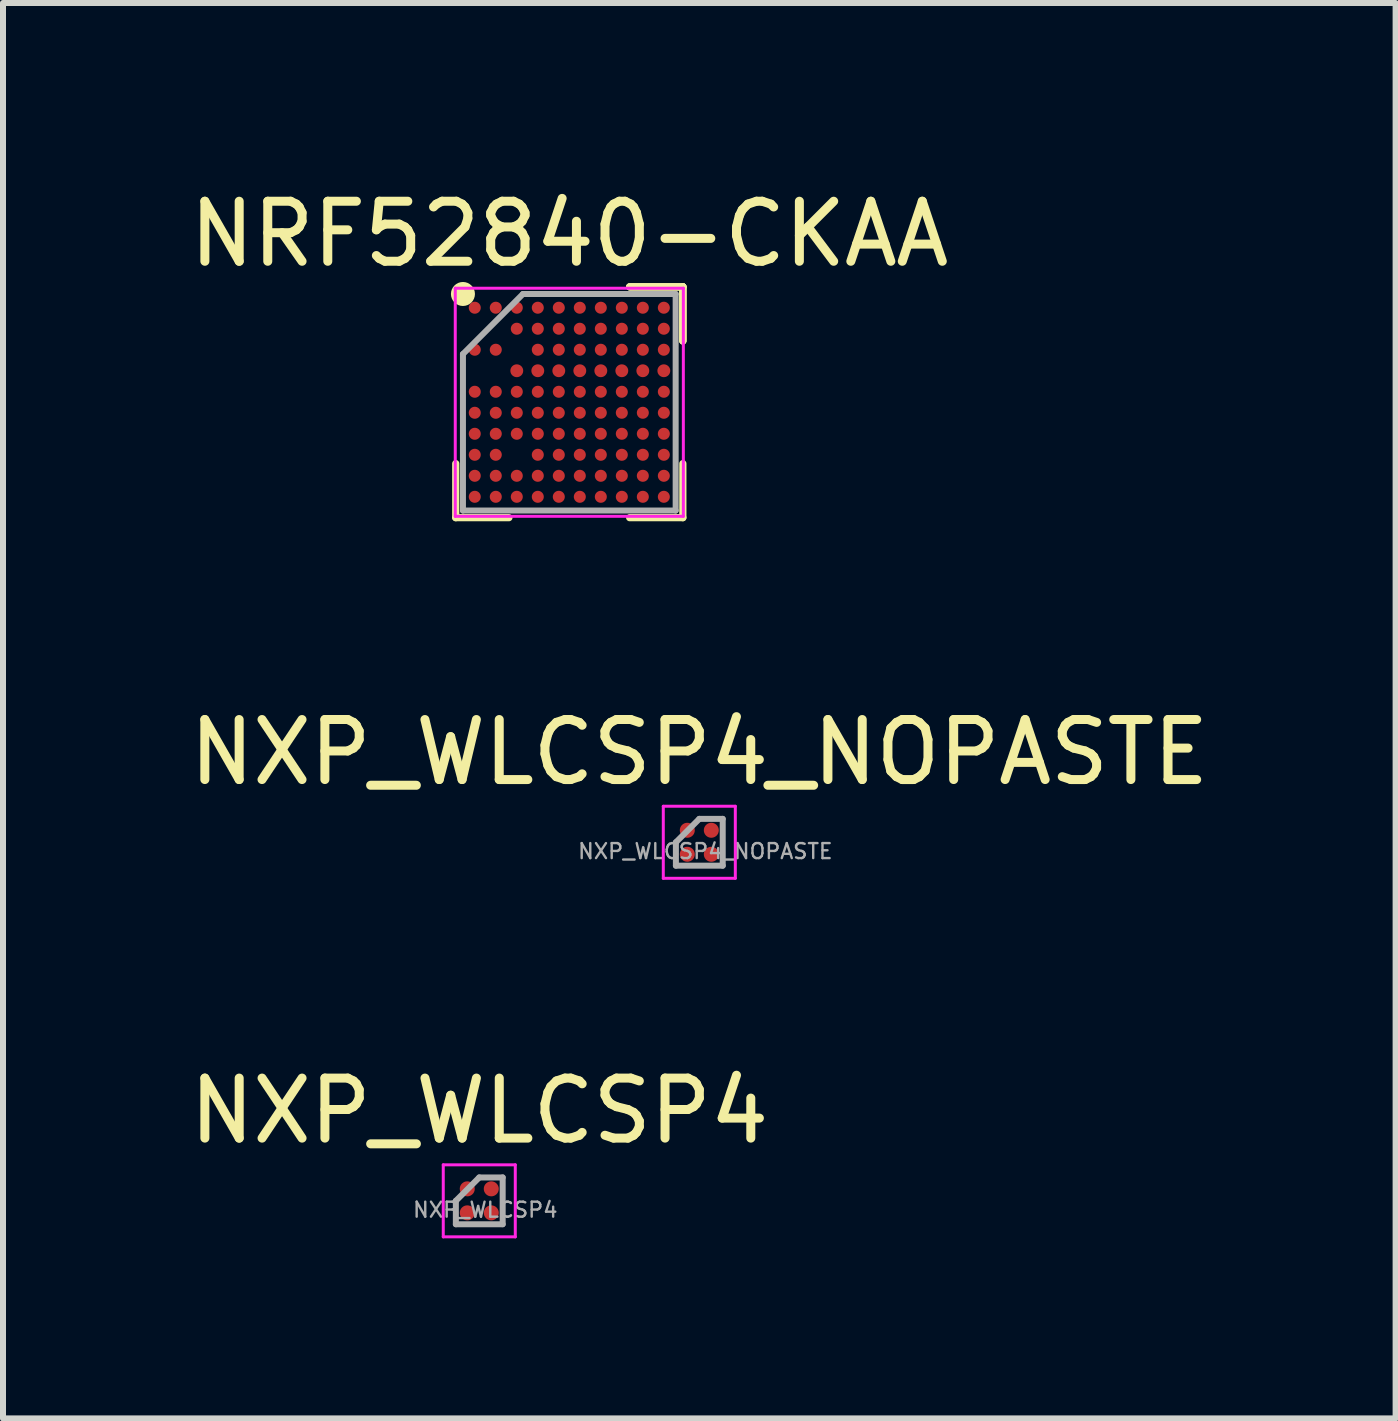
<source format=kicad_pcb>
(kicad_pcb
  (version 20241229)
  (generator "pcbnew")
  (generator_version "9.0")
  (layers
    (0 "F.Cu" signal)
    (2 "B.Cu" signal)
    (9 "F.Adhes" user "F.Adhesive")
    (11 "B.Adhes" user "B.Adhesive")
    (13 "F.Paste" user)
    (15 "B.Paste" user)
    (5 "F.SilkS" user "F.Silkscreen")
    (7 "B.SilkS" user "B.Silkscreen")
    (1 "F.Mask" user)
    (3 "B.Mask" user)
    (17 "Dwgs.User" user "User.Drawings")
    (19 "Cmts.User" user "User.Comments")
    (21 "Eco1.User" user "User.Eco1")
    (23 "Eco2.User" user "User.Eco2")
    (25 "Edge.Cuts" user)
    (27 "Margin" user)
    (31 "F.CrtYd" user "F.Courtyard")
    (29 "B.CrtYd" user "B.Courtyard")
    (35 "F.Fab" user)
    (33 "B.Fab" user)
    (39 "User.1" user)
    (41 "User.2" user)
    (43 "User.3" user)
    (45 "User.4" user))
  (footprint "NRF52840-CKAA"
    (layer "F.Cu")
    (at 6.435 3.652)
    (property "Reference" "NRF52840-CKAA" (at 0 -2.804 0) (layer "F.SilkS") (effects (font (size 1 1) (thickness 0.15))))
    (attr through_hole)
    (fp_line (start -1.892 1.923) (end -1.892 1.022) (stroke (width 0.12) (type solid)) (layer "F.SilkS"))
    (fp_line (start -1.006 1.923) (end -1.892 1.923) (stroke (width 0.12) (type solid)) (layer "F.SilkS"))
    (fp_line (start 1.006 -1.923) (end 1.892 -1.923) (stroke (width 0.12) (type solid)) (layer "F.SilkS"))
    (fp_line (start 1.006 -1.923) (end 1.892 -1.923) (stroke (width 0.12) (type solid)) (layer "F.SilkS"))
    (fp_line (start 1.006 -1.923) (end 1.892 -1.923) (stroke (width 0.12) (type solid)) (layer "F.SilkS"))
    (fp_line (start 1.006 1.923) (end 1.892 1.923) (stroke (width 0.12) (type solid)) (layer "F.SilkS"))
    (fp_line (start 1.892 -1.923) (end 1.892 -1.022) (stroke (width 0.12) (type solid)) (layer "F.SilkS"))
    (fp_line (start 1.892 -1.923) (end 1.892 -1.022) (stroke (width 0.12) (type solid)) (layer "F.SilkS"))
    (fp_line (start 1.892 -1.923) (end 1.892 -1.022) (stroke (width 0.12) (type solid)) (layer "F.SilkS"))
    (fp_line (start 1.892 1.923) (end 1.892 1.022) (stroke (width 0.12) (type solid)) (layer "F.SilkS"))
    (fp_circle (center -1.772 -1.804) (end -1.772 -1.704) (stroke (width 0.2) (type solid)) (fill no) (layer "F.SilkS"))
    (fp_line (start -1.9 -1.9) (end 1.9 -1.9) (stroke (width 0.05) (type solid)) (layer "F.CrtYd"))
    (fp_line (start -1.9 1.9) (end -1.9 -1.9) (stroke (width 0.05) (type solid)) (layer "F.CrtYd"))
    (fp_line (start 1.9 -1.9) (end 1.9 1.9) (stroke (width 0.05) (type solid)) (layer "F.CrtYd"))
    (fp_line (start 1.9 1.9) (end -1.9 1.9) (stroke (width 0.05) (type solid)) (layer "F.CrtYd"))
    (fp_line (start -1.772 -0.803) (end -1.772 1.804) (stroke (width 0.1) (type solid)) (layer "F.Fab"))
    (fp_line (start -1.772 1.804) (end 1.772 1.804) (stroke (width 0.1) (type solid)) (layer "F.Fab"))
    (fp_line (start -0.772 -1.804) (end -1.772 -0.803) (stroke (width 0.1) (type solid)) (layer "F.Fab"))
    (fp_line (start 1.772 -1.804) (end -0.772 -1.804) (stroke (width 0.1) (type solid)) (layer "F.Fab"))
    (fp_line (start 1.772 1.804) (end 1.772 -1.804) (stroke (width 0.1) (type solid)) (layer "F.Fab"))
    (pad "A1" smd circle (at -1.575 -1.575) (size 0.2 0.2) (layers "F.Cu" "F.Mask" "F.Paste"))
    (pad "A2" smd circle (at -1.225 -1.575) (size 0.2 0.2) (layers "F.Cu" "F.Mask" "F.Paste"))
    (pad "A3" smd circle (at -0.875 -1.575) (size 0.2 0.2) (layers "F.Cu" "F.Mask" "F.Paste"))
    (pad "A4" smd circle (at -0.525 -1.575) (size 0.2 0.2) (layers "F.Cu" "F.Mask" "F.Paste"))
    (pad "A5" smd circle (at -0.175 -1.575) (size 0.2 0.2) (layers "F.Cu" "F.Mask" "F.Paste"))
    (pad "A6" smd circle (at 0.175 -1.575) (size 0.2 0.2) (layers "F.Cu" "F.Mask" "F.Paste"))
    (pad "A7" smd circle (at 0.525 -1.575) (size 0.2 0.2) (layers "F.Cu" "F.Mask" "F.Paste"))
    (pad "A8" smd circle (at 0.875 -1.575) (size 0.2 0.2) (layers "F.Cu" "F.Mask" "F.Paste"))
    (pad "A9" smd circle (at 1.225 -1.575) (size 0.2 0.2) (layers "F.Cu" "F.Mask" "F.Paste"))
    (pad "A10" smd circle (at 1.575 -1.575) (size 0.2 0.2) (layers "F.Cu" "F.Mask" "F.Paste"))
    (pad "B3" smd circle (at -0.875 -1.225) (size 0.2 0.2) (layers "F.Cu" "F.Mask" "F.Paste"))
    (pad "B4" smd circle (at -0.525 -1.225) (size 0.2 0.2) (layers "F.Cu" "F.Mask" "F.Paste"))
    (pad "B5" smd circle (at -0.175 -1.225) (size 0.2 0.2) (layers "F.Cu" "F.Mask" "F.Paste"))
    (pad "B6" smd circle (at 0.175 -1.225) (size 0.2 0.2) (layers "F.Cu" "F.Mask" "F.Paste"))
    (pad "B7" smd circle (at 0.525 -1.225) (size 0.2 0.2) (layers "F.Cu" "F.Mask" "F.Paste"))
    (pad "B8" smd circle (at 0.875 -1.225) (size 0.2 0.2) (layers "F.Cu" "F.Mask" "F.Paste"))
    (pad "B9" smd circle (at 1.225 -1.225) (size 0.2 0.2) (layers "F.Cu" "F.Mask" "F.Paste"))
    (pad "B10" smd circle (at 1.575 -1.225) (size 0.2 0.2) (layers "F.Cu" "F.Mask" "F.Paste"))
    (pad "C1" smd circle (at -1.575 -0.875) (size 0.2 0.2) (layers "F.Cu" "F.Mask" "F.Paste"))
    (pad "C2" smd circle (at -1.225 -0.875) (size 0.2 0.2) (layers "F.Cu" "F.Mask" "F.Paste"))
    (pad "C4" smd circle (at -0.525 -0.875) (size 0.2 0.2) (layers "F.Cu" "F.Mask" "F.Paste"))
    (pad "C5" smd circle (at -0.175 -0.875) (size 0.2 0.2) (layers "F.Cu" "F.Mask" "F.Paste"))
    (pad "C6" smd circle (at 0.175 -0.875) (size 0.2 0.2) (layers "F.Cu" "F.Mask" "F.Paste"))
    (pad "C7" smd circle (at 0.525 -0.875) (size 0.2 0.2) (layers "F.Cu" "F.Mask" "F.Paste"))
    (pad "C8" smd circle (at 0.875 -0.875) (size 0.2 0.2) (layers "F.Cu" "F.Mask" "F.Paste"))
    (pad "C9" smd circle (at 1.225 -0.875) (size 0.2 0.2) (layers "F.Cu" "F.Mask" "F.Paste"))
    (pad "C10" smd circle (at 1.575 -0.875) (size 0.2 0.2) (layers "F.Cu" "F.Mask" "F.Paste"))
    (pad "D3" smd circle (at -0.875 -0.525) (size 0.214 0.214) (layers "F.Cu" "F.Mask" "F.Paste"))
    (pad "D4" smd circle (at -0.525 -0.525) (size 0.214 0.214) (layers "F.Cu" "F.Mask" "F.Paste"))
    (pad "D5" smd circle (at -0.175 -0.525) (size 0.214 0.214) (layers "F.Cu" "F.Mask" "F.Paste"))
    (pad "D6" smd circle (at 0.175 -0.525) (size 0.214 0.214) (layers "F.Cu" "F.Mask" "F.Paste"))
    (pad "D7" smd circle (at 0.525 -0.525) (size 0.214 0.214) (layers "F.Cu" "F.Mask" "F.Paste"))
    (pad "D8" smd circle (at 0.875 -0.525) (size 0.214 0.214) (layers "F.Cu" "F.Mask" "F.Paste"))
    (pad "D9" smd circle (at 1.225 -0.525) (size 0.214 0.214) (layers "F.Cu" "F.Mask" "F.Paste"))
    (pad "D10" smd circle (at 1.575 -0.525) (size 0.214 0.214) (layers "F.Cu" "F.Mask" "F.Paste"))
    (pad "E1" smd circle (at -1.575 -0.175) (size 0.2 0.2) (layers "F.Cu" "F.Mask" "F.Paste"))
    (pad "E2" smd circle (at -1.225 -0.175) (size 0.2 0.2) (layers "F.Cu" "F.Mask" "F.Paste"))
    (pad "E3" smd circle (at -0.875 -0.175) (size 0.2 0.2) (layers "F.Cu" "F.Mask" "F.Paste"))
    (pad "E4" smd circle (at -0.525 -0.175) (size 0.2 0.2) (layers "F.Cu" "F.Mask" "F.Paste"))
    (pad "E5" smd circle (at -0.175 -0.175) (size 0.2 0.2) (layers "F.Cu" "F.Mask" "F.Paste"))
    (pad "E6" smd circle (at 0.175 -0.175) (size 0.2 0.2) (layers "F.Cu" "F.Mask" "F.Paste"))
    (pad "E7" smd circle (at 0.525 -0.175) (size 0.2 0.2) (layers "F.Cu" "F.Mask" "F.Paste"))
    (pad "E8" smd circle (at 0.875 -0.175) (size 0.2 0.2) (layers "F.Cu" "F.Mask" "F.Paste"))
    (pad "E9" smd circle (at 1.225 -0.175) (size 0.2 0.2) (layers "F.Cu" "F.Mask" "F.Paste"))
    (pad "E10" smd circle (at 1.575 -0.175) (size 0.2 0.2) (layers "F.Cu" "F.Mask" "F.Paste"))
    (pad "F1" smd circle (at -1.575 0.175) (size 0.2 0.2) (layers "F.Cu" "F.Mask" "F.Paste"))
    (pad "F2" smd circle (at -1.225 0.175) (size 0.2 0.2) (layers "F.Cu" "F.Mask" "F.Paste"))
    (pad "F3" smd circle (at -0.875 0.175) (size 0.2 0.2) (layers "F.Cu" "F.Mask" "F.Paste"))
    (pad "F4" smd circle (at -0.525 0.175) (size 0.2 0.2) (layers "F.Cu" "F.Mask" "F.Paste"))
    (pad "F5" smd circle (at -0.175 0.175) (size 0.2 0.2) (layers "F.Cu" "F.Mask" "F.Paste"))
    (pad "F6" smd circle (at 0.175 0.175) (size 0.2 0.2) (layers "F.Cu" "F.Mask" "F.Paste"))
    (pad "F7" smd circle (at 0.525 0.175) (size 0.2 0.2) (layers "F.Cu" "F.Mask" "F.Paste"))
    (pad "F8" smd circle (at 0.875 0.175) (size 0.2 0.2) (layers "F.Cu" "F.Mask" "F.Paste"))
    (pad "F9" smd circle (at 1.225 0.175) (size 0.2 0.2) (layers "F.Cu" "F.Mask" "F.Paste"))
    (pad "F10" smd circle (at 1.575 0.175) (size 0.2 0.2) (layers "F.Cu" "F.Mask" "F.Paste"))
    (pad "G1" smd circle (at -1.575 0.525) (size 0.2 0.2) (layers "F.Cu" "F.Mask" "F.Paste"))
    (pad "G2" smd circle (at -1.225 0.525) (size 0.2 0.2) (layers "F.Cu" "F.Mask" "F.Paste"))
    (pad "G3" smd circle (at -0.875 0.525) (size 0.2 0.2) (layers "F.Cu" "F.Mask" "F.Paste"))
    (pad "G4" smd circle (at -0.525 0.525) (size 0.2 0.2) (layers "F.Cu" "F.Mask" "F.Paste"))
    (pad "G5" smd circle (at -0.175 0.525) (size 0.2 0.2) (layers "F.Cu" "F.Mask" "F.Paste"))
    (pad "G6" smd circle (at 0.175 0.525) (size 0.2 0.2) (layers "F.Cu" "F.Mask" "F.Paste"))
    (pad "G7" smd circle (at 0.525 0.525) (size 0.2 0.2) (layers "F.Cu" "F.Mask" "F.Paste"))
    (pad "G8" smd circle (at 0.875 0.525) (size 0.2 0.2) (layers "F.Cu" "F.Mask" "F.Paste"))
    (pad "G9" smd circle (at 1.225 0.525) (size 0.2 0.2) (layers "F.Cu" "F.Mask" "F.Paste"))
    (pad "G10" smd circle (at 1.575 0.525) (size 0.2 0.2) (layers "F.Cu" "F.Mask" "F.Paste"))
    (pad "H1" smd circle (at -1.575 0.875) (size 0.2 0.2) (layers "F.Cu" "F.Mask" "F.Paste"))
    (pad "H2" smd circle (at -1.225 0.875) (size 0.2 0.2) (layers "F.Cu" "F.Mask" "F.Paste"))
    (pad "H4" smd circle (at -0.525 0.875) (size 0.2 0.2) (layers "F.Cu" "F.Mask" "F.Paste"))
    (pad "H5" smd circle (at -0.175 0.875) (size 0.2 0.2) (layers "F.Cu" "F.Mask" "F.Paste"))
    (pad "H6" smd circle (at 0.175 0.875) (size 0.2 0.2) (layers "F.Cu" "F.Mask" "F.Paste"))
    (pad "H7" smd circle (at 0.525 0.875) (size 0.2 0.2) (layers "F.Cu" "F.Mask" "F.Paste"))
    (pad "H8" smd circle (at 0.875 0.875) (size 0.2 0.2) (layers "F.Cu" "F.Mask" "F.Paste"))
    (pad "H9" smd circle (at 1.225 0.875) (size 0.2 0.2) (layers "F.Cu" "F.Mask" "F.Paste"))
    (pad "H10" smd circle (at 1.575 0.875) (size 0.2 0.2) (layers "F.Cu" "F.Mask" "F.Paste"))
    (pad "J1" smd circle (at -1.575 1.225) (size 0.2 0.2) (layers "F.Cu" "F.Mask" "F.Paste"))
    (pad "J2" smd circle (at -1.225 1.225) (size 0.2 0.2) (layers "F.Cu" "F.Mask" "F.Paste"))
    (pad "J3" smd circle (at -0.875 1.225) (size 0.2 0.2) (layers "F.Cu" "F.Mask" "F.Paste"))
    (pad "J4" smd circle (at -0.525 1.225) (size 0.2 0.2) (layers "F.Cu" "F.Mask" "F.Paste"))
    (pad "J5" smd circle (at -0.175 1.225) (size 0.2 0.2) (layers "F.Cu" "F.Mask" "F.Paste"))
    (pad "J6" smd circle (at 0.175 1.225) (size 0.2 0.2) (layers "F.Cu" "F.Mask" "F.Paste"))
    (pad "J7" smd circle (at 0.525 1.225) (size 0.2 0.2) (layers "F.Cu" "F.Mask" "F.Paste"))
    (pad "J8" smd circle (at 0.875 1.225) (size 0.2 0.2) (layers "F.Cu" "F.Mask" "F.Paste"))
    (pad "J9" smd circle (at 1.225 1.225) (size 0.2 0.2) (layers "F.Cu" "F.Mask" "F.Paste"))
    (pad "J10" smd circle (at 1.575 1.225) (size 0.2 0.2) (layers "F.Cu" "F.Mask" "F.Paste"))
    (pad "K1" smd circle (at -1.575 1.575) (size 0.2 0.2) (layers "F.Cu" "F.Mask" "F.Paste"))
    (pad "K2" smd circle (at -1.225 1.575) (size 0.2 0.2) (layers "F.Cu" "F.Mask" "F.Paste"))
    (pad "K3" smd circle (at -0.875 1.575) (size 0.2 0.2) (layers "F.Cu" "F.Mask" "F.Paste"))
    (pad "K4" smd circle (at -0.525 1.575) (size 0.2 0.2) (layers "F.Cu" "F.Mask" "F.Paste"))
    (pad "K5" smd circle (at -0.175 1.575) (size 0.2 0.2) (layers "F.Cu" "F.Mask" "F.Paste"))
    (pad "K6" smd circle (at 0.175 1.575) (size 0.2 0.2) (layers "F.Cu" "F.Mask" "F.Paste"))
    (pad "K7" smd circle (at 0.525 1.575) (size 0.2 0.2) (layers "F.Cu" "F.Mask" "F.Paste"))
    (pad "K8" smd circle (at 0.875 1.575) (size 0.2 0.2) (layers "F.Cu" "F.Mask" "F.Paste"))
    (pad "K9" smd circle (at 1.225 1.575) (size 0.2 0.2) (layers "F.Cu" "F.Mask" "F.Paste"))
    (pad "K10" smd circle (at 1.575 1.575) (size 0.2 0.2) (layers "F.Cu" "F.Mask" "F.Paste")))
  (footprint "NXP_WLCSP4"
    (layer "F.Cu")
    (at 4.935 16.957)
    (property "Reference" "NXP_WLCSP4" (at 0 -1.5 0) (layer "F.SilkS") (effects (font (size 1 1) (thickness 0.15))))
    (attr smd)
    (fp_poly (pts (xy -0.15 -0.15) (xy -0.25 -0.15) (xy -0.25 -0.25) (xy -0.15 -0.25)) (stroke (width 0.1) (type solid)) (fill yes) (layer "F.Paste"))
    (fp_poly (pts (xy -0.15 0.25) (xy -0.25 0.25) (xy -0.25 0.15) (xy -0.15 0.15)) (stroke (width 0.1) (type solid)) (fill yes) (layer "F.Paste"))
    (fp_poly (pts (xy 0.25 -0.15) (xy 0.15 -0.15) (xy 0.15 -0.25) (xy 0.25 -0.25)) (stroke (width 0.1) (type solid)) (fill yes) (layer "F.Paste"))
    (fp_poly (pts (xy 0.25 0.25) (xy 0.15 0.25) (xy 0.15 0.15) (xy 0.25 0.15)) (stroke (width 0.1) (type solid)) (fill yes) (layer "F.Paste"))
    (fp_line (start -0.6 -0.6) (end 0.6 -0.6) (stroke (width 0.05) (type solid)) (layer "F.CrtYd"))
    (fp_line (start -0.6 0.6) (end -0.6 -0.6) (stroke (width 0.05) (type solid)) (layer "F.CrtYd"))
    (fp_line (start 0.6 -0.6) (end 0.6 0.6) (stroke (width 0.05) (type solid)) (layer "F.CrtYd"))
    (fp_line (start 0.6 0.6) (end -0.6 0.6) (stroke (width 0.05) (type solid)) (layer "F.CrtYd"))
    (fp_line (start -0.39 0) (end -0.39 0.39) (stroke (width 0.1) (type solid)) (layer "F.Fab"))
    (fp_line (start -0.39 0.39) (end 0.39 0.39) (stroke (width 0.1) (type solid)) (layer "F.Fab"))
    (fp_line (start 0 -0.39) (end -0.39 0) (stroke (width 0.1) (type solid)) (layer "F.Fab"))
    (fp_line (start 0.39 -0.39) (end 0 -0.39) (stroke (width 0.1) (type solid)) (layer "F.Fab"))
    (fp_line (start 0.39 0.39) (end 0.39 -0.39) (stroke (width 0.1) (type solid)) (layer "F.Fab"))
    (fp_text user "${REFERENCE}" (at 0.1 0.15 0) (unlocked yes) (layer "F.Fab") (effects (font (size 0.25 0.25) (thickness 0.04))))
    (pad "A1" smd circle (at -0.2 -0.2) (size 0.25 0.25) (layers "F.Cu" "F.Mask"))
    (pad "A2" smd circle (at 0.2 -0.2) (size 0.25 0.25) (layers "F.Cu" "F.Mask"))
    (pad "A2" smd circle (at 0.2 0.2) (size 0.25 0.25) (layers "F.Cu" "F.Mask"))
    (pad "B1" smd circle (at -0.2 0.2) (size 0.25 0.25) (layers "F.Cu" "F.Mask")))
  (footprint "NXP_WLCSP4_NOPASTE"
    (layer "F.Cu")
    (at 8.601 10.983)
    (property "Reference" "NXP_WLCSP4_NOPASTE" (at 0 -1.5 0) (layer "F.SilkS") (effects (font (size 1 1) (thickness 0.15))))
    (attr smd)
    (fp_line (start -0.6 -0.6) (end 0.6 -0.6) (stroke (width 0.05) (type solid)) (layer "F.CrtYd"))
    (fp_line (start -0.6 0.6) (end -0.6 -0.6) (stroke (width 0.05) (type solid)) (layer "F.CrtYd"))
    (fp_line (start 0.6 -0.6) (end 0.6 0.6) (stroke (width 0.05) (type solid)) (layer "F.CrtYd"))
    (fp_line (start 0.6 0.6) (end -0.6 0.6) (stroke (width 0.05) (type solid)) (layer "F.CrtYd"))
    (fp_line (start -0.39 0) (end -0.39 0.39) (stroke (width 0.1) (type solid)) (layer "F.Fab"))
    (fp_line (start -0.39 0.39) (end 0.39 0.39) (stroke (width 0.1) (type solid)) (layer "F.Fab"))
    (fp_line (start 0 -0.39) (end -0.39 0) (stroke (width 0.1) (type solid)) (layer "F.Fab"))
    (fp_line (start 0.39 -0.39) (end 0 -0.39) (stroke (width 0.1) (type solid)) (layer "F.Fab"))
    (fp_line (start 0.39 0.39) (end 0.39 -0.39) (stroke (width 0.1) (type solid)) (layer "F.Fab"))
    (fp_text user "${REFERENCE}" (at 0.1 0.15 0) (unlocked yes) (layer "F.Fab") (effects (font (size 0.25 0.25) (thickness 0.04))))
    (pad "A1" smd circle (at -0.2 -0.2) (size 0.25 0.25) (layers "F.Cu" "F.Mask"))
    (pad "A2" smd circle (at 0.2 -0.2) (size 0.25 0.25) (layers "F.Cu" "F.Mask"))
    (pad "A2" smd circle (at 0.2 0.2) (size 0.25 0.25) (layers "F.Cu" "F.Mask"))
    (pad "B1" smd circle (at -0.2 0.2) (size 0.25 0.25) (layers "F.Cu" "F.Mask")))
  (gr_rect
    (start -3 -3)
    (end 20.202 20.582)
    (stroke (width 0.1) (type default))
    (fill no)
    (layer "Edge.Cuts")))
</source>
